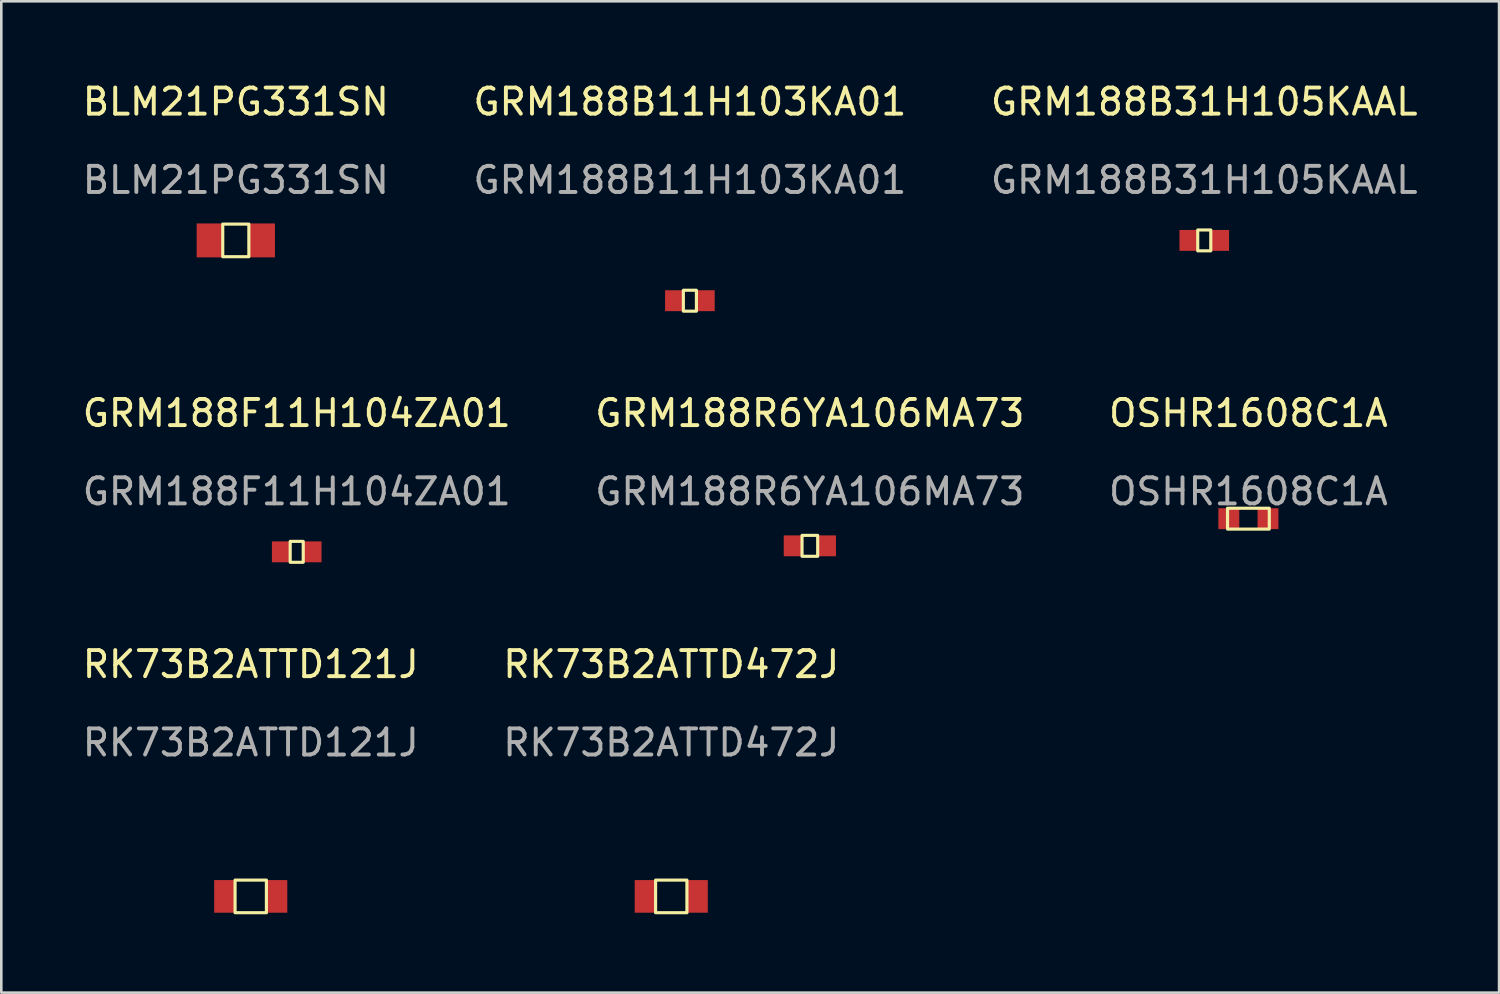
<source format=kicad_pcb>
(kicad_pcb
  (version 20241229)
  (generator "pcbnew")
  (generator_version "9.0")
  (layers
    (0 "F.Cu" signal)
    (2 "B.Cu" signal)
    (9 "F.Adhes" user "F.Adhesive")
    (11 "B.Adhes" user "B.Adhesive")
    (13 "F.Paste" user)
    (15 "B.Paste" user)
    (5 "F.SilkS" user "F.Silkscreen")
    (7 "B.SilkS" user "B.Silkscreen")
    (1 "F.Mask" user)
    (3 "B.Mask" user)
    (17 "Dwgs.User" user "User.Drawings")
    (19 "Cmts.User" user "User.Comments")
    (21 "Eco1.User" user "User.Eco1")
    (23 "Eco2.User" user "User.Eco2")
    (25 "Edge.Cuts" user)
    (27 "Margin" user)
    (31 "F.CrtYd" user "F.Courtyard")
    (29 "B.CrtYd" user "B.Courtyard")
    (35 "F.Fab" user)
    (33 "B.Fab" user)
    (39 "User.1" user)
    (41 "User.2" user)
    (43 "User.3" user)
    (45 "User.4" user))
  (footprint "GRM188B11H103KA01"
    (layer "F.Cu")
    (at 23.375 8.468)
    (property "Reference" "GRM188B11H103KA01" (at 0 -7.62 0) (unlocked yes) (layer "F.SilkS") (effects (font (size 1 1) (thickness 0.15))))
    (attr smd)
    (fp_rect (start -0.25 -0.4) (end 0.25 0.4) (stroke (width 0.12) (type solid)) (fill no) (layer "F.SilkS"))
    (fp_text user "${REFERENCE}" (at 0 -4.62 0) (unlocked yes) (layer "F.Fab") (effects (font (size 1 1) (thickness 0.15))))
    (pad "" smd trapezoid (at -0.6 0) (size 0.7 0.8) (layers "F.Cu" "F.Mask" "F.Paste"))
    (pad "" smd trapezoid (at 0.6 0) (size 0.7 0.8) (layers "F.Cu" "F.Mask" "F.Paste")))
  (footprint "GRM188R6YA106MA73"
    (layer "F.Cu")
    (at 27.97 17.857)
    (property "Reference" "GRM188R6YA106MA73" (at 0 -5.08 0) (unlocked yes) (layer "F.SilkS") (effects (font (size 1 1) (thickness 0.15))))
    (attr smd)
    (fp_rect (start -0.3 -0.4) (end 0.3 0.4) (stroke (width 0.12) (type solid)) (fill no) (layer "F.SilkS"))
    (fp_text user "${REFERENCE}" (at 0 -2.08 0) (unlocked yes) (layer "F.Fab") (effects (font (size 1 1) (thickness 0.15))))
    (pad "" smd trapezoid (at -0.65 0) (size 0.7 0.8) (layers "F.Cu" "F.Mask" "F.Paste"))
    (pad "" smd trapezoid (at 0.65 0) (size 0.7 0.8) (layers "F.Cu" "F.Mask" "F.Paste")))
  (footprint "RK73B2ATTD121J"
    (layer "F.Cu")
    (at 6.554 31.285)
    (property "Reference" "RK73B2ATTD121J" (at 0 -8.89 0) (unlocked yes) (layer "F.SilkS") (effects (font (size 1 1) (thickness 0.15))))
    (attr smd)
    (fp_rect (start -0.6 -0.625) (end 0.6 0.625) (stroke (width 0.12) (type solid)) (fill no) (layer "F.SilkS"))
    (fp_text user "${REFERENCE}" (at 0 -5.89 0) (unlocked yes) (layer "F.Fab") (effects (font (size 1 1) (thickness 0.15))))
    (pad "" smd rect (at -1 0) (size 0.8 1.25) (layers "F.Cu" "F.Mask" "F.Paste"))
    (pad "" smd rect (at 1 0) (size 0.8 1.25) (layers "F.Cu" "F.Mask" "F.Paste")))
  (footprint "BLM21PG331SN"
    (layer "F.Cu")
    (at 5.982 6.158)
    (property "Reference" "BLM21PG331SN" (at 0 -5.31 0) (unlocked yes) (layer "F.SilkS") (effects (font (size 1 1) (thickness 0.15))))
    (attr smd)
    (fp_rect (start -0.5 -0.625) (end 0.5 0.625) (stroke (width 0.12) (type solid)) (fill no) (layer "F.SilkS"))
    (fp_text user "${REFERENCE}" (at 0 -2.31 0) (unlocked yes) (layer "F.Fab") (effects (font (size 1 1) (thickness 0.15))))
    (pad "" smd trapezoid (at -1 0) (size 1 1.3) (layers "F.Cu" "F.Mask" "F.Paste"))
    (pad "" smd trapezoid (at 1 0) (size 1 1.3) (layers "F.Cu" "F.Mask" "F.Paste")))
  (footprint "OSHR1608C1A"
    (layer "F.Cu")
    (at 44.768 16.817)
    (property "Reference" "OSHR1608C1A" (at 0 -4.04 0) (unlocked yes) (layer "F.SilkS") (effects (font (size 1 1) (thickness 0.15))))
    (attr smd)
    (fp_rect (start -0.8 -0.4) (end 0.8 0.4) (stroke (width 0.12) (type solid)) (fill no) (layer "F.SilkS"))
    (fp_text user "${REFERENCE}" (at 0 -1.04 0) (unlocked yes) (layer "F.Fab") (effects (font (size 1 1) (thickness 0.15))))
    (pad "" smd trapezoid (at -0.75 0) (size 0.8 0.8) (layers "F.Cu" "F.Mask" "F.Paste"))
    (pad "" smd trapezoid (at 0.75 0) (size 0.8 0.8) (layers "F.Cu" "F.Mask" "F.Paste")))
  (footprint "GRM188F11H104ZA01"
    (layer "F.Cu")
    (at 8.315 18.087)
    (property "Reference" "GRM188F11H104ZA01" (at 0 -5.31 0) (unlocked yes) (layer "F.SilkS") (effects (font (size 1 1) (thickness 0.15))))
    (attr smd)
    (fp_rect (start -0.25 -0.4) (end 0.25 0.4) (stroke (width 0.12) (type solid)) (fill no) (layer "F.SilkS"))
    (fp_text user "${REFERENCE}" (at 0 -2.31 0) (unlocked yes) (layer "F.Fab") (effects (font (size 1 1) (thickness 0.15))))
    (pad "" smd trapezoid (at -0.6 0) (size 0.7 0.8) (layers "F.Cu" "F.Mask" "F.Paste"))
    (pad "" smd trapezoid (at 0.6 0) (size 0.7 0.8) (layers "F.Cu" "F.Mask" "F.Paste")))
  (footprint "RK73B2ATTD472J"
    (layer "F.Cu")
    (at 22.661 31.285)
    (property "Reference" "RK73B2ATTD472J" (at 0 -8.89 0) (unlocked yes) (layer "F.SilkS") (effects (font (size 1 1) (thickness 0.15))))
    (attr smd)
    (fp_rect (start -0.6 -0.625) (end 0.6 0.625) (stroke (width 0.12) (type solid)) (fill no) (layer "F.SilkS"))
    (fp_text user "${REFERENCE}" (at 0 -5.89 0) (unlocked yes) (layer "F.Fab") (effects (font (size 1 1) (thickness 0.15))))
    (pad "" smd rect (at -1 0) (size 0.8 1.25) (layers "F.Cu" "F.Mask" "F.Paste"))
    (pad "" smd rect (at 1 0) (size 0.8 1.25) (layers "F.Cu" "F.Mask" "F.Paste")))
  (footprint "GRM188B31H105KAAL"
    (layer "F.Cu")
    (at 43.077 6.158)
    (property "Reference" "GRM188B31H105KAAL" (at 0 -5.31 0) (unlocked yes) (layer "F.SilkS") (effects (font (size 1 1) (thickness 0.15))))
    (attr smd)
    (fp_rect (start -0.25 -0.4) (end 0.25 0.4) (stroke (width 0.12) (type solid)) (fill no) (layer "F.SilkS"))
    (fp_text user "${REFERENCE}" (at 0 -2.31 0) (unlocked yes) (layer "F.Fab") (effects (font (size 1 1) (thickness 0.15))))
    (pad "" smd trapezoid (at -0.6 0) (size 0.7 0.8) (layers "F.Cu" "F.Mask" "F.Paste"))
    (pad "" smd trapezoid (at 0.6 0) (size 0.7 0.8) (layers "F.Cu" "F.Mask" "F.Paste")))
  (gr_rect
    (start -3 -3)
    (end 54.369 34.97)
    (stroke (width 0.1) (type default))
    (fill no)
    (layer "Edge.Cuts")))
</source>
